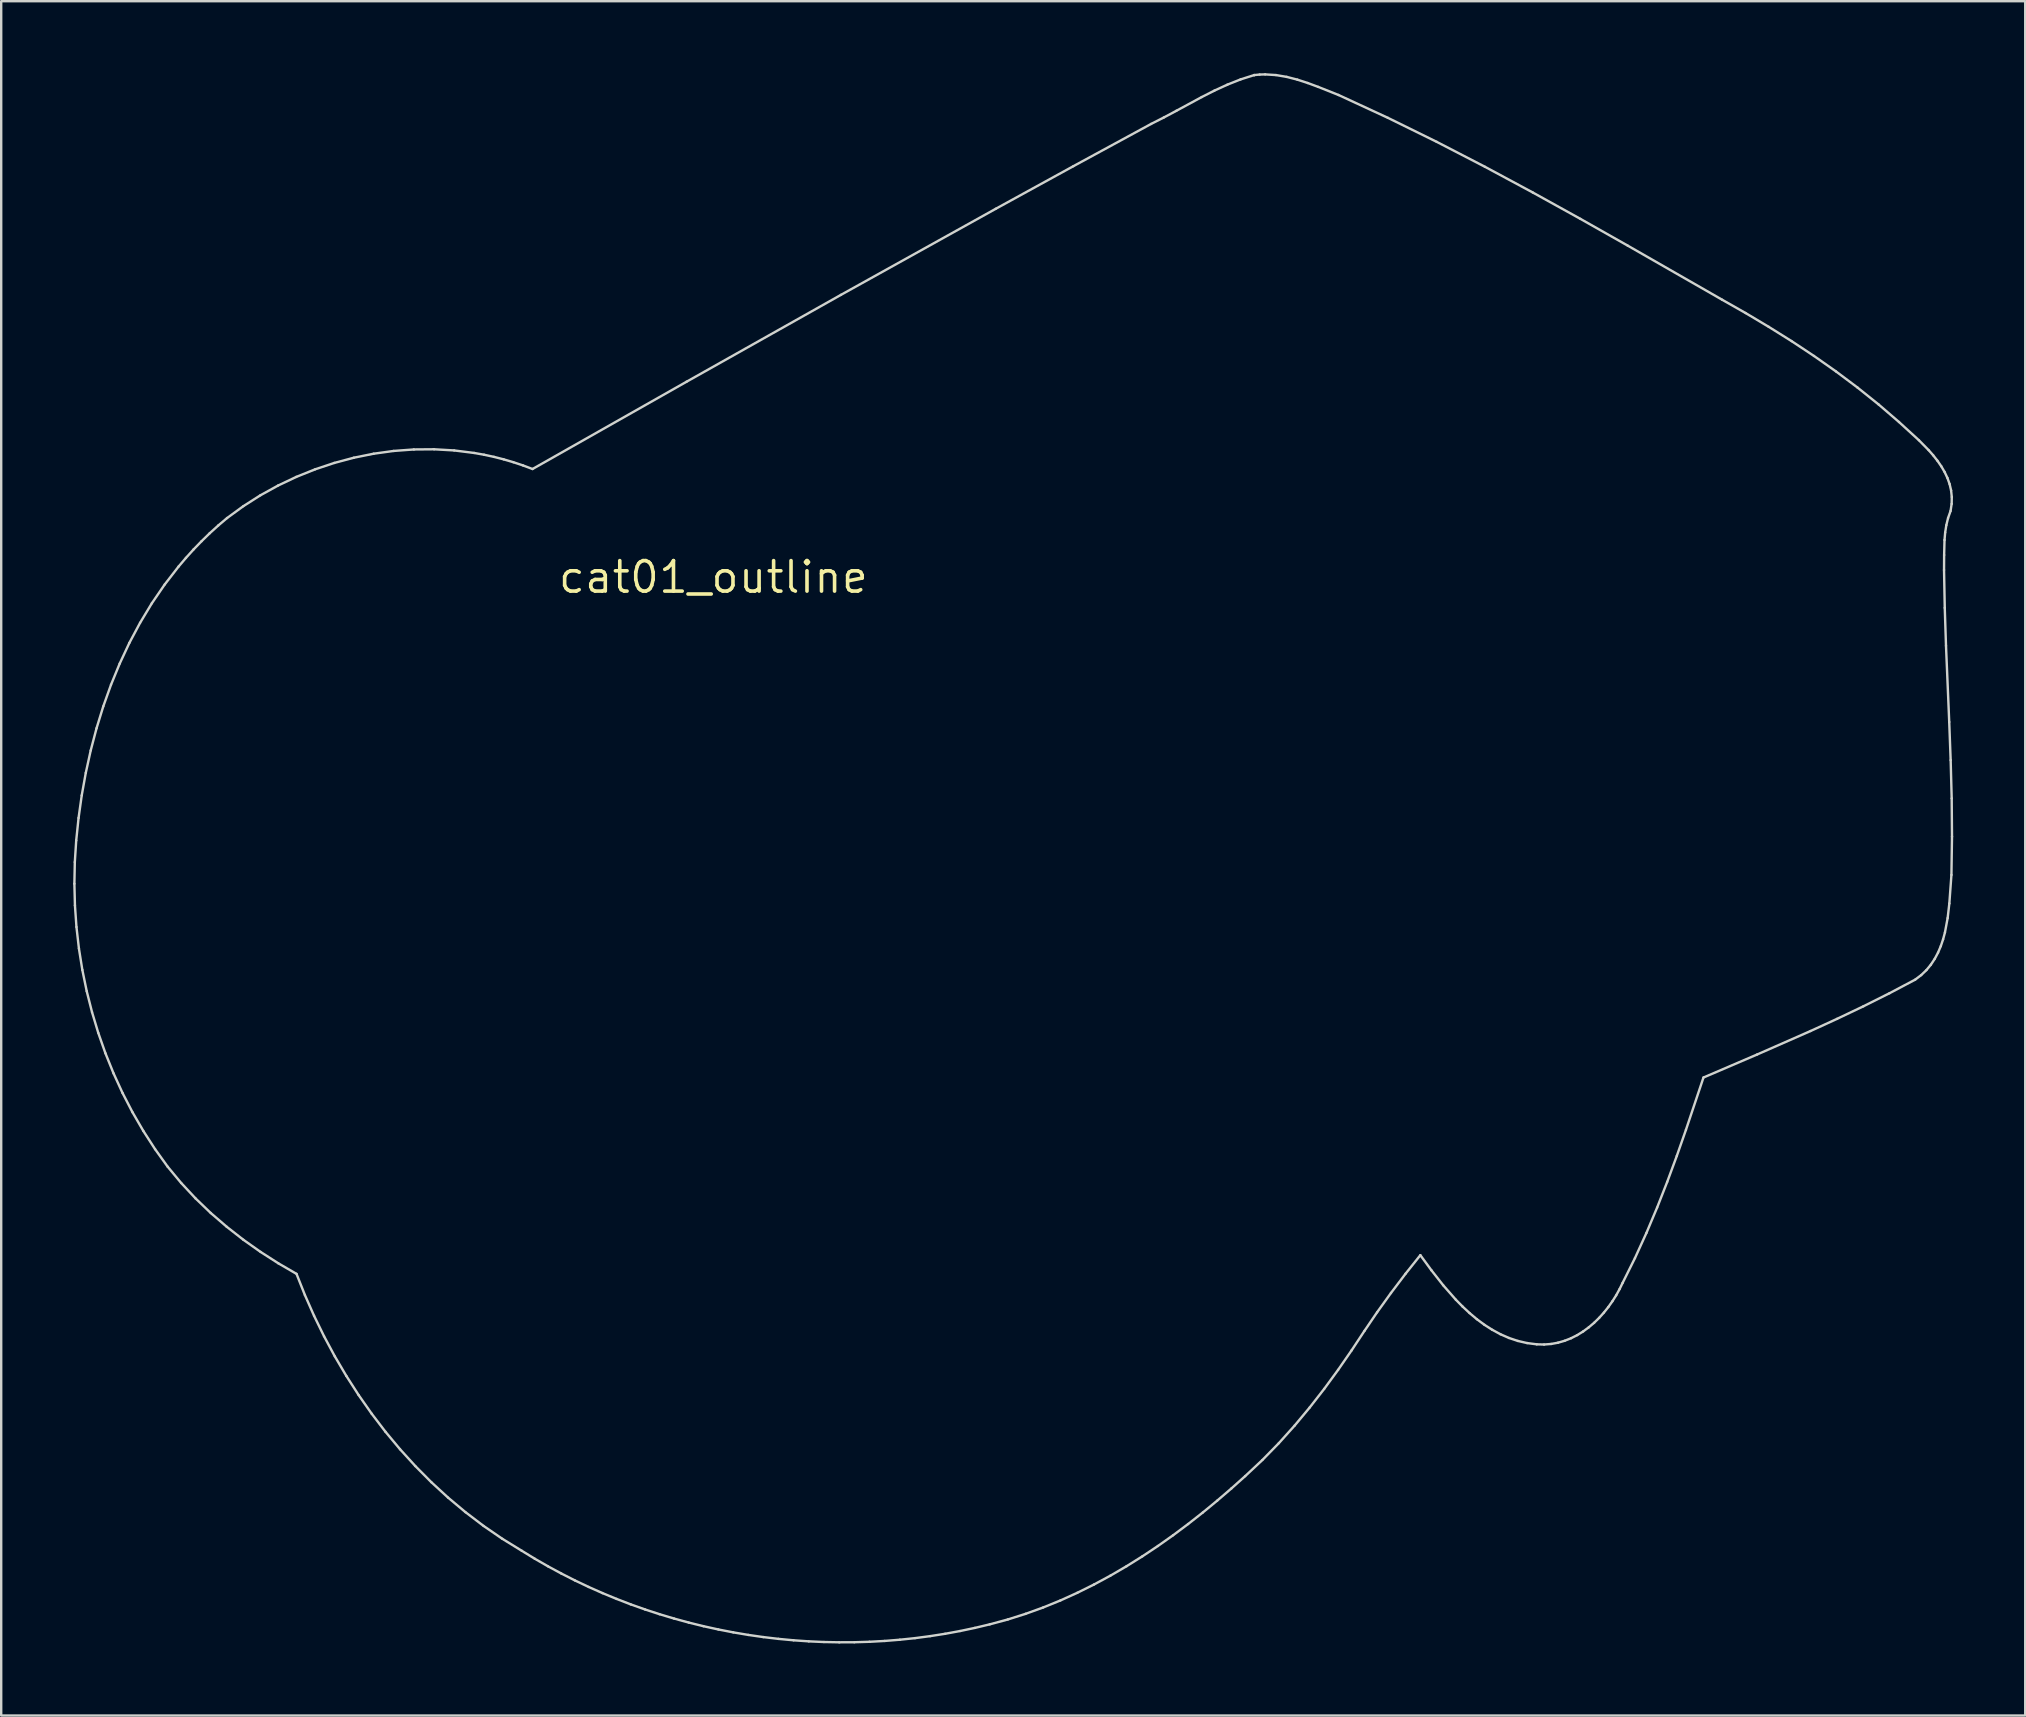
<source format=kicad_pcb>
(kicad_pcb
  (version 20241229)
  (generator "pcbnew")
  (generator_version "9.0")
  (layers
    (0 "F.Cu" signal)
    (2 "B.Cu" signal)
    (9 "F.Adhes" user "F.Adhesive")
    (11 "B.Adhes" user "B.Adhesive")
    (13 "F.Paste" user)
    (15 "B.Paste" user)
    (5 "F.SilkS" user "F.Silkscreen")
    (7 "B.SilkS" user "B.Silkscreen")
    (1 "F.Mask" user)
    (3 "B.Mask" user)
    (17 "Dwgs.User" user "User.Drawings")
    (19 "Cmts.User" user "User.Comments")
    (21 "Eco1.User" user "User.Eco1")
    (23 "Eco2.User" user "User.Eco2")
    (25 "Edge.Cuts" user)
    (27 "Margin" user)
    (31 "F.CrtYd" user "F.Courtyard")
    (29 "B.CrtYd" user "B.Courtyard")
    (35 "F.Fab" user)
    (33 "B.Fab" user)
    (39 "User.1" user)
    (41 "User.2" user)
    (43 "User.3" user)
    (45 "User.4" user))
  (footprint "cat01_outline"
    (layer "F.Cu")
    (at 26.679 21.003)
    (property "Reference" "cat01_outline" (at 0 0 0) (layer "F.SilkS") (effects (font (size 1.27 1.27) (thickness 0.15))))
    (attr through_hole)
    (fp_line (start -26.629 12.774) (end -26.606 13.677) (stroke (width 0.1) (type solid)) (layer "Edge.Cuts"))
    (fp_line (start -26.611 11.873) (end -26.629 12.774) (stroke (width 0.1) (type solid)) (layer "Edge.Cuts"))
    (fp_line (start -26.606 13.677) (end -26.543 14.577) (stroke (width 0.1) (type solid)) (layer "Edge.Cuts"))
    (fp_line (start -26.553 10.973) (end -26.611 11.873) (stroke (width 0.1) (type solid)) (layer "Edge.Cuts"))
    (fp_line (start -26.543 14.577) (end -26.44 15.475) (stroke (width 0.1) (type solid)) (layer "Edge.Cuts"))
    (fp_line (start -26.455 10.034) (end -26.553 10.973) (stroke (width 0.1) (type solid)) (layer "Edge.Cuts"))
    (fp_line (start -26.44 15.475) (end -26.298 16.366) (stroke (width 0.1) (type solid)) (layer "Edge.Cuts"))
    (fp_line (start -26.323 9.093) (end -26.455 10.034) (stroke (width 0.1) (type solid)) (layer "Edge.Cuts"))
    (fp_line (start -26.298 16.366) (end -26.116 17.251) (stroke (width 0.1) (type solid)) (layer "Edge.Cuts"))
    (fp_line (start -26.154 8.155) (end -26.323 9.093) (stroke (width 0.1) (type solid)) (layer "Edge.Cuts"))
    (fp_line (start -26.116 17.251) (end -25.894 18.126) (stroke (width 0.1) (type solid)) (layer "Edge.Cuts"))
    (fp_line (start -25.949 7.221) (end -26.154 8.155) (stroke (width 0.1) (type solid)) (layer "Edge.Cuts"))
    (fp_line (start -25.894 18.126) (end -25.634 18.99) (stroke (width 0.1) (type solid)) (layer "Edge.Cuts"))
    (fp_line (start -25.706 6.296) (end -25.949 7.221) (stroke (width 0.1) (type solid)) (layer "Edge.Cuts"))
    (fp_line (start -25.634 18.99) (end -25.335 19.841) (stroke (width 0.1) (type solid)) (layer "Edge.Cuts"))
    (fp_line (start -25.425 5.383) (end -25.706 6.296) (stroke (width 0.1) (type solid)) (layer "Edge.Cuts"))
    (fp_line (start -25.335 19.841) (end -24.997 20.678) (stroke (width 0.1) (type solid)) (layer "Edge.Cuts"))
    (fp_line (start -25.103 4.483) (end -25.425 5.383) (stroke (width 0.1) (type solid)) (layer "Edge.Cuts"))
    (fp_line (start -24.997 20.678) (end -24.621 21.498) (stroke (width 0.1) (type solid)) (layer "Edge.Cuts"))
    (fp_line (start -24.741 3.601) (end -25.103 4.483) (stroke (width 0.1) (type solid)) (layer "Edge.Cuts"))
    (fp_line (start -24.621 21.498) (end -24.207 22.299) (stroke (width 0.1) (type solid)) (layer "Edge.Cuts"))
    (fp_line (start -24.338 2.739) (end -24.741 3.601) (stroke (width 0.1) (type solid)) (layer "Edge.Cuts"))
    (fp_line (start -24.207 22.299) (end -23.755 23.079) (stroke (width 0.1) (type solid)) (layer "Edge.Cuts"))
    (fp_line (start -23.891 1.901) (end -24.338 2.739) (stroke (width 0.1) (type solid)) (layer "Edge.Cuts"))
    (fp_line (start -23.755 23.079) (end -23.266 23.837) (stroke (width 0.1) (type solid)) (layer "Edge.Cuts"))
    (fp_line (start -23.402 1.089) (end -23.891 1.901) (stroke (width 0.1) (type solid)) (layer "Edge.Cuts"))
    (fp_line (start -23.266 23.837) (end -22.739 24.571) (stroke (width 0.1) (type solid)) (layer "Edge.Cuts"))
    (fp_line (start -22.867 0.307) (end -23.402 1.089) (stroke (width 0.1) (type solid)) (layer "Edge.Cuts"))
    (fp_line (start -22.739 24.571) (end -22.178 25.247) (stroke (width 0.1) (type solid)) (layer "Edge.Cuts"))
    (fp_line (start -22.287 -0.443) (end -22.867 0.307) (stroke (width 0.1) (type solid)) (layer "Edge.Cuts"))
    (fp_line (start -22.178 25.247) (end -21.579 25.889) (stroke (width 0.1) (type solid)) (layer "Edge.Cuts"))
    (fp_line (start -21.98 -0.804) (end -22.287 -0.443) (stroke (width 0.1) (type solid)) (layer "Edge.Cuts"))
    (fp_line (start -21.661 -1.157) (end -21.98 -0.804) (stroke (width 0.1) (type solid)) (layer "Edge.Cuts"))
    (fp_line (start -21.579 25.889) (end -20.946 26.497) (stroke (width 0.1) (type solid)) (layer "Edge.Cuts"))
    (fp_line (start -21.33 -1.499) (end -21.661 -1.157) (stroke (width 0.1) (type solid)) (layer "Edge.Cuts"))
    (fp_line (start -20.988 -1.832) (end -21.33 -1.499) (stroke (width 0.1) (type solid)) (layer "Edge.Cuts"))
    (fp_line (start -20.946 26.497) (end -20.281 27.07) (stroke (width 0.1) (type solid)) (layer "Edge.Cuts"))
    (fp_line (start -20.633 -2.154) (end -20.988 -1.832) (stroke (width 0.1) (type solid)) (layer "Edge.Cuts"))
    (fp_line (start -20.281 27.07) (end -19.589 27.611) (stroke (width 0.1) (type solid)) (layer "Edge.Cuts"))
    (fp_line (start -20.266 -2.465) (end -20.633 -2.154) (stroke (width 0.1) (type solid)) (layer "Edge.Cuts"))
    (fp_line (start -19.589 27.611) (end -18.871 28.118) (stroke (width 0.1) (type solid)) (layer "Edge.Cuts"))
    (fp_line (start -19.589 -2.959) (end -20.266 -2.465) (stroke (width 0.1) (type solid)) (layer "Edge.Cuts"))
    (fp_line (start -18.88 -3.411) (end -19.589 -2.959) (stroke (width 0.1) (type solid)) (layer "Edge.Cuts"))
    (fp_line (start -18.871 28.118) (end -18.132 28.592) (stroke (width 0.1) (type solid)) (layer "Edge.Cuts"))
    (fp_line (start -18.143 -3.818) (end -18.88 -3.411) (stroke (width 0.1) (type solid)) (layer "Edge.Cuts"))
    (fp_line (start -18.132 28.592) (end -17.373 29.033) (stroke (width 0.1) (type solid)) (layer "Edge.Cuts"))
    (fp_line (start -17.382 -4.179) (end -18.143 -3.818) (stroke (width 0.1) (type solid)) (layer "Edge.Cuts"))
    (fp_line (start -17.373 29.033) (end -17.024 29.913) (stroke (width 0.1) (type solid)) (layer "Edge.Cuts"))
    (fp_line (start -17.024 29.913) (end -16.641 30.78) (stroke (width 0.1) (type solid)) (layer "Edge.Cuts"))
    (fp_line (start -16.641 30.78) (end -16.225 31.633) (stroke (width 0.1) (type solid)) (layer "Edge.Cuts"))
    (fp_line (start -16.599 -4.494) (end -17.382 -4.179) (stroke (width 0.1) (type solid)) (layer "Edge.Cuts"))
    (fp_line (start -16.225 31.633) (end -15.777 32.469) (stroke (width 0.1) (type solid)) (layer "Edge.Cuts"))
    (fp_line (start -15.798 -4.761) (end -16.599 -4.494) (stroke (width 0.1) (type solid)) (layer "Edge.Cuts"))
    (fp_line (start -15.777 32.469) (end -15.296 33.287) (stroke (width 0.1) (type solid)) (layer "Edge.Cuts"))
    (fp_line (start -15.296 33.287) (end -14.783 34.085) (stroke (width 0.1) (type solid)) (layer "Edge.Cuts"))
    (fp_line (start -14.983 -4.979) (end -15.798 -4.761) (stroke (width 0.1) (type solid)) (layer "Edge.Cuts"))
    (fp_line (start -14.783 34.085) (end -14.239 34.862) (stroke (width 0.1) (type solid)) (layer "Edge.Cuts"))
    (fp_line (start -14.239 34.862) (end -13.664 35.615) (stroke (width 0.1) (type solid)) (layer "Edge.Cuts"))
    (fp_line (start -14.156 -5.146) (end -14.983 -4.979) (stroke (width 0.1) (type solid)) (layer "Edge.Cuts"))
    (fp_line (start -13.664 35.615) (end -13.058 36.342) (stroke (width 0.1) (type solid)) (layer "Edge.Cuts"))
    (fp_line (start -13.321 -5.261) (end -14.156 -5.146) (stroke (width 0.1) (type solid)) (layer "Edge.Cuts"))
    (fp_line (start -13.058 36.342) (end -12.421 37.043) (stroke (width 0.1) (type solid)) (layer "Edge.Cuts"))
    (fp_line (start -12.482 -5.323) (end -13.321 -5.261) (stroke (width 0.1) (type solid)) (layer "Edge.Cuts"))
    (fp_line (start -12.421 37.043) (end -11.755 37.714) (stroke (width 0.1) (type solid)) (layer "Edge.Cuts"))
    (fp_line (start -11.755 37.714) (end -11.059 38.355) (stroke (width 0.1) (type solid)) (layer "Edge.Cuts"))
    (fp_line (start -11.641 -5.33) (end -12.482 -5.323) (stroke (width 0.1) (type solid)) (layer "Edge.Cuts"))
    (fp_line (start -11.059 38.355) (end -10.333 38.962) (stroke (width 0.1) (type solid)) (layer "Edge.Cuts"))
    (fp_line (start -10.803 -5.282) (end -11.641 -5.33) (stroke (width 0.1) (type solid)) (layer "Edge.Cuts"))
    (fp_line (start -10.333 38.962) (end -9.579 39.536) (stroke (width 0.1) (type solid)) (layer "Edge.Cuts"))
    (fp_line (start -9.97 -5.177) (end -10.803 -5.282) (stroke (width 0.1) (type solid)) (layer "Edge.Cuts"))
    (fp_line (start -9.579 39.536) (end -8.797 40.073) (stroke (width 0.1) (type solid)) (layer "Edge.Cuts"))
    (fp_line (start -9.556 -5.103) (end -9.97 -5.177) (stroke (width 0.1) (type solid)) (layer "Edge.Cuts"))
    (fp_line (start -9.145 -5.014) (end -9.556 -5.103) (stroke (width 0.1) (type solid)) (layer "Edge.Cuts"))
    (fp_line (start -8.797 40.073) (end -7.986 40.572) (stroke (width 0.1) (type solid)) (layer "Edge.Cuts"))
    (fp_line (start -8.738 -4.91) (end -9.145 -5.014) (stroke (width 0.1) (type solid)) (layer "Edge.Cuts"))
    (fp_line (start -8.334 -4.791) (end -8.738 -4.91) (stroke (width 0.1) (type solid)) (layer "Edge.Cuts"))
    (fp_line (start -7.986 40.572) (end -7.445 40.903) (stroke (width 0.1) (type solid)) (layer "Edge.Cuts"))
    (fp_line (start -7.933 -4.657) (end -8.334 -4.791) (stroke (width 0.1) (type solid)) (layer "Edge.Cuts"))
    (fp_line (start -7.537 -4.508) (end -7.933 -4.657) (stroke (width 0.1) (type solid)) (layer "Edge.Cuts"))
    (fp_line (start -7.445 40.903) (end -6.895 41.219) (stroke (width 0.1) (type solid)) (layer "Edge.Cuts"))
    (fp_line (start -6.895 41.219) (end -6.338 41.52) (stroke (width 0.1) (type solid)) (layer "Edge.Cuts"))
    (fp_line (start -6.338 41.52) (end -5.773 41.807) (stroke (width 0.1) (type solid)) (layer "Edge.Cuts"))
    (fp_line (start -5.773 41.807) (end -5.201 42.079) (stroke (width 0.1) (type solid)) (layer "Edge.Cuts"))
    (fp_line (start -5.201 42.079) (end -4.622 42.336) (stroke (width 0.1) (type solid)) (layer "Edge.Cuts"))
    (fp_line (start -4.622 42.336) (end -4.036 42.578) (stroke (width 0.1) (type solid)) (layer "Edge.Cuts"))
    (fp_line (start -4.036 42.578) (end -3.445 42.806) (stroke (width 0.1) (type solid)) (layer "Edge.Cuts"))
    (fp_line (start -3.445 42.806) (end -2.848 43.018) (stroke (width 0.1) (type solid)) (layer "Edge.Cuts"))
    (fp_line (start -2.848 43.018) (end -2.246 43.215) (stroke (width 0.1) (type solid)) (layer "Edge.Cuts"))
    (fp_line (start -2.246 43.215) (end -1.639 43.397) (stroke (width 0.1) (type solid)) (layer "Edge.Cuts"))
    (fp_line (start -1.639 43.397) (end -1.028 43.564) (stroke (width 0.1) (type solid)) (layer "Edge.Cuts"))
    (fp_line (start -1.117 -8.146) (end -7.537 -4.508) (stroke (width 0.1) (type solid)) (layer "Edge.Cuts"))
    (fp_line (start -1.028 43.564) (end -0.412 43.716) (stroke (width 0.1) (type solid)) (layer "Edge.Cuts"))
    (fp_line (start -0.412 43.716) (end 0.207 43.852) (stroke (width 0.1) (type solid)) (layer "Edge.Cuts"))
    (fp_line (start 0.207 43.852) (end 0.829 43.973) (stroke (width 0.1) (type solid)) (layer "Edge.Cuts"))
    (fp_line (start 0.829 43.973) (end 1.454 44.079) (stroke (width 0.1) (type solid)) (layer "Edge.Cuts"))
    (fp_line (start 1.454 44.079) (end 2.081 44.169) (stroke (width 0.1) (type solid)) (layer "Edge.Cuts"))
    (fp_line (start 2.081 44.169) (end 2.711 44.244) (stroke (width 0.1) (type solid)) (layer "Edge.Cuts"))
    (fp_line (start 2.711 44.244) (end 3.342 44.303) (stroke (width 0.1) (type solid)) (layer "Edge.Cuts"))
    (fp_line (start 3.342 44.303) (end 3.974 44.347) (stroke (width 0.1) (type solid)) (layer "Edge.Cuts"))
    (fp_line (start 3.974 44.347) (end 4.608 44.375) (stroke (width 0.1) (type solid)) (layer "Edge.Cuts"))
    (fp_line (start 4.608 44.375) (end 5.241 44.387) (stroke (width 0.1) (type solid)) (layer "Edge.Cuts"))
    (fp_line (start 5.241 44.387) (end 5.875 44.384) (stroke (width 0.1) (type solid)) (layer "Edge.Cuts"))
    (fp_line (start 5.315 -11.765) (end -1.117 -8.146) (stroke (width 0.1) (type solid)) (layer "Edge.Cuts"))
    (fp_line (start 5.875 44.384) (end 6.508 44.365) (stroke (width 0.1) (type solid)) (layer "Edge.Cuts"))
    (fp_line (start 6.508 44.365) (end 7.141 44.33) (stroke (width 0.1) (type solid)) (layer "Edge.Cuts"))
    (fp_line (start 7.141 44.33) (end 7.772 44.279) (stroke (width 0.1) (type solid)) (layer "Edge.Cuts"))
    (fp_line (start 7.772 44.279) (end 8.402 44.213) (stroke (width 0.1) (type solid)) (layer "Edge.Cuts"))
    (fp_line (start 8.402 44.213) (end 9.03 44.13) (stroke (width 0.1) (type solid)) (layer "Edge.Cuts"))
    (fp_line (start 9.03 44.13) (end 9.656 44.032) (stroke (width 0.1) (type solid)) (layer "Edge.Cuts"))
    (fp_line (start 9.656 44.032) (end 10.279 43.917) (stroke (width 0.1) (type solid)) (layer "Edge.Cuts"))
    (fp_line (start 10.279 43.917) (end 10.899 43.786) (stroke (width 0.1) (type solid)) (layer "Edge.Cuts"))
    (fp_line (start 10.899 43.786) (end 11.515 43.639) (stroke (width 0.1) (type solid)) (layer "Edge.Cuts"))
    (fp_line (start 11.515 43.639) (end 12.27 43.435) (stroke (width 0.1) (type solid)) (layer "Edge.Cuts"))
    (fp_line (start 11.765 -15.351) (end 5.315 -11.765) (stroke (width 0.1) (type solid)) (layer "Edge.Cuts"))
    (fp_line (start 12.27 43.435) (end 13.012 43.2) (stroke (width 0.1) (type solid)) (layer "Edge.Cuts"))
    (fp_line (start 13.012 43.2) (end 13.742 42.936) (stroke (width 0.1) (type solid)) (layer "Edge.Cuts"))
    (fp_line (start 13.742 42.936) (end 14.461 42.643) (stroke (width 0.1) (type solid)) (layer "Edge.Cuts"))
    (fp_line (start 14.461 42.643) (end 15.167 42.323) (stroke (width 0.1) (type solid)) (layer "Edge.Cuts"))
    (fp_line (start 15 -17.127) (end 11.765 -15.351) (stroke (width 0.1) (type solid)) (layer "Edge.Cuts"))
    (fp_line (start 15.167 42.323) (end 15.862 41.978) (stroke (width 0.1) (type solid)) (layer "Edge.Cuts"))
    (fp_line (start 15.862 41.978) (end 16.544 41.61) (stroke (width 0.1) (type solid)) (layer "Edge.Cuts"))
    (fp_line (start 16.544 41.61) (end 17.215 41.218) (stroke (width 0.1) (type solid)) (layer "Edge.Cuts"))
    (fp_line (start 17.215 41.218) (end 17.874 40.806) (stroke (width 0.1) (type solid)) (layer "Edge.Cuts"))
    (fp_line (start 17.874 40.806) (end 18.522 40.375) (stroke (width 0.1) (type solid)) (layer "Edge.Cuts"))
    (fp_line (start 18.242 -18.889) (end 15 -17.127) (stroke (width 0.1) (type solid)) (layer "Edge.Cuts"))
    (fp_line (start 18.522 40.375) (end 19.157 39.926) (stroke (width 0.1) (type solid)) (layer "Edge.Cuts"))
    (fp_line (start 18.771 -19.157) (end 18.242 -18.889) (stroke (width 0.1) (type solid)) (layer "Edge.Cuts"))
    (fp_line (start 19.157 39.926) (end 19.781 39.46) (stroke (width 0.1) (type solid)) (layer "Edge.Cuts"))
    (fp_line (start 19.297 -19.438) (end 18.771 -19.157) (stroke (width 0.1) (type solid)) (layer "Edge.Cuts"))
    (fp_line (start 19.781 39.46) (end 20.394 38.979) (stroke (width 0.1) (type solid)) (layer "Edge.Cuts"))
    (fp_line (start 20.348 -20.007) (end 19.297 -19.438) (stroke (width 0.1) (type solid)) (layer "Edge.Cuts"))
    (fp_line (start 20.394 38.979) (end 20.994 38.485) (stroke (width 0.1) (type solid)) (layer "Edge.Cuts"))
    (fp_line (start 20.879 -20.277) (end 20.348 -20.007) (stroke (width 0.1) (type solid)) (layer "Edge.Cuts"))
    (fp_line (start 20.994 38.485) (end 21.584 37.978) (stroke (width 0.1) (type solid)) (layer "Edge.Cuts"))
    (fp_line (start 21.419 -20.525) (end 20.879 -20.277) (stroke (width 0.1) (type solid)) (layer "Edge.Cuts"))
    (fp_line (start 21.584 37.978) (end 22.162 37.461) (stroke (width 0.1) (type solid)) (layer "Edge.Cuts"))
    (fp_line (start 21.97 -20.744) (end 21.419 -20.525) (stroke (width 0.1) (type solid)) (layer "Edge.Cuts"))
    (fp_line (start 22.162 37.461) (end 22.879 36.789) (stroke (width 0.1) (type solid)) (layer "Edge.Cuts"))
    (fp_line (start 22.535 -20.924) (end 21.97 -20.744) (stroke (width 0.1) (type solid)) (layer "Edge.Cuts"))
    (fp_line (start 22.535 -20.924) (end 22.535 -20.924) (stroke (width 0.1) (type solid)) (layer "Edge.Cuts"))
    (fp_line (start 22.535 -20.924) (end 22.535 -20.924) (stroke (width 0.1) (type solid)) (layer "Edge.Cuts"))
    (fp_line (start 22.764 -20.946) (end 22.535 -20.924) (stroke (width 0.1) (type solid)) (layer "Edge.Cuts"))
    (fp_line (start 22.879 36.789) (end 23.565 36.087) (stroke (width 0.1) (type solid)) (layer "Edge.Cuts"))
    (fp_line (start 22.992 -20.953) (end 22.764 -20.946) (stroke (width 0.1) (type solid)) (layer "Edge.Cuts"))
    (fp_line (start 23.444 -20.925) (end 22.992 -20.953) (stroke (width 0.1) (type solid)) (layer "Edge.Cuts"))
    (fp_line (start 23.565 36.087) (end 24.221 35.357) (stroke (width 0.1) (type solid)) (layer "Edge.Cuts"))
    (fp_line (start 23.891 -20.849) (end 23.444 -20.925) (stroke (width 0.1) (type solid)) (layer "Edge.Cuts"))
    (fp_line (start 24.221 35.357) (end 24.849 34.603) (stroke (width 0.1) (type solid)) (layer "Edge.Cuts"))
    (fp_line (start 24.334 -20.735) (end 23.891 -20.849) (stroke (width 0.1) (type solid)) (layer "Edge.Cuts"))
    (fp_line (start 24.771 -20.593) (end 24.334 -20.735) (stroke (width 0.1) (type solid)) (layer "Edge.Cuts"))
    (fp_line (start 24.849 34.603) (end 25.453 33.828) (stroke (width 0.1) (type solid)) (layer "Edge.Cuts"))
    (fp_line (start 25.203 -20.432) (end 24.771 -20.593) (stroke (width 0.1) (type solid)) (layer "Edge.Cuts"))
    (fp_line (start 25.453 33.828) (end 26.033 33.035) (stroke (width 0.1) (type solid)) (layer "Edge.Cuts"))
    (fp_line (start 26.033 33.035) (end 26.592 32.227) (stroke (width 0.1) (type solid)) (layer "Edge.Cuts"))
    (fp_line (start 26.05 -20.095) (end 25.203 -20.432) (stroke (width 0.1) (type solid)) (layer "Edge.Cuts"))
    (fp_line (start 26.592 32.227) (end 27.133 31.408) (stroke (width 0.1) (type solid)) (layer "Edge.Cuts"))
    (fp_line (start 27.133 31.408) (end 27.658 30.635) (stroke (width 0.1) (type solid)) (layer "Edge.Cuts"))
    (fp_line (start 27.658 30.635) (end 28.236 29.831) (stroke (width 0.1) (type solid)) (layer "Edge.Cuts"))
    (fp_line (start 28.107 -19.143) (end 26.05 -20.095) (stroke (width 0.1) (type solid)) (layer "Edge.Cuts"))
    (fp_line (start 28.236 29.831) (end 28.845 29.027) (stroke (width 0.1) (type solid)) (layer "Edge.Cuts"))
    (fp_line (start 28.845 29.027) (end 29.461 28.254) (stroke (width 0.1) (type solid)) (layer "Edge.Cuts"))
    (fp_line (start 29.461 28.254) (end 29.92 28.88) (stroke (width 0.1) (type solid)) (layer "Edge.Cuts"))
    (fp_line (start 29.92 28.88) (end 30.412 29.507) (stroke (width 0.1) (type solid)) (layer "Edge.Cuts"))
    (fp_line (start 30.14 -18.143) (end 28.107 -19.143) (stroke (width 0.1) (type solid)) (layer "Edge.Cuts"))
    (fp_line (start 30.412 29.507) (end 30.941 30.11) (stroke (width 0.1) (type solid)) (layer "Edge.Cuts"))
    (fp_line (start 30.941 30.11) (end 31.221 30.395) (stroke (width 0.1) (type solid)) (layer "Edge.Cuts"))
    (fp_line (start 31.221 30.395) (end 31.512 30.666) (stroke (width 0.1) (type solid)) (layer "Edge.Cuts"))
    (fp_line (start 31.512 30.666) (end 31.814 30.92) (stroke (width 0.1) (type solid)) (layer "Edge.Cuts"))
    (fp_line (start 31.814 30.92) (end 32.129 31.154) (stroke (width 0.1) (type solid)) (layer "Edge.Cuts"))
    (fp_line (start 32.129 31.154) (end 32.457 31.364) (stroke (width 0.1) (type solid)) (layer "Edge.Cuts"))
    (fp_line (start 32.152 -17.103) (end 30.14 -18.143) (stroke (width 0.1) (type solid)) (layer "Edge.Cuts"))
    (fp_line (start 32.457 31.364) (end 32.799 31.548) (stroke (width 0.1) (type solid)) (layer "Edge.Cuts"))
    (fp_line (start 32.799 31.548) (end 33.154 31.704) (stroke (width 0.1) (type solid)) (layer "Edge.Cuts"))
    (fp_line (start 33.154 31.704) (end 33.525 31.828) (stroke (width 0.1) (type solid)) (layer "Edge.Cuts"))
    (fp_line (start 33.525 31.828) (end 33.911 31.917) (stroke (width 0.1) (type solid)) (layer "Edge.Cuts"))
    (fp_line (start 33.911 31.917) (end 34.312 31.969) (stroke (width 0.1) (type solid)) (layer "Edge.Cuts"))
    (fp_line (start 34.148 -16.03) (end 32.152 -17.103) (stroke (width 0.1) (type solid)) (layer "Edge.Cuts"))
    (fp_line (start 34.312 31.969) (end 34.617 31.977) (stroke (width 0.1) (type solid)) (layer "Edge.Cuts"))
    (fp_line (start 34.617 31.977) (end 34.912 31.954) (stroke (width 0.1) (type solid)) (layer "Edge.Cuts"))
    (fp_line (start 34.912 31.954) (end 35.199 31.901) (stroke (width 0.1) (type solid)) (layer "Edge.Cuts"))
    (fp_line (start 35.199 31.901) (end 35.476 31.821) (stroke (width 0.1) (type solid)) (layer "Edge.Cuts"))
    (fp_line (start 35.476 31.821) (end 35.743 31.715) (stroke (width 0.1) (type solid)) (layer "Edge.Cuts"))
    (fp_line (start 35.743 31.715) (end 36 31.585) (stroke (width 0.1) (type solid)) (layer "Edge.Cuts"))
    (fp_line (start 36 31.585) (end 36.245 31.433) (stroke (width 0.1) (type solid)) (layer "Edge.Cuts"))
    (fp_line (start 36.131 -14.932) (end 34.148 -16.03) (stroke (width 0.1) (type solid)) (layer "Edge.Cuts"))
    (fp_line (start 36.245 31.433) (end 36.48 31.261) (stroke (width 0.1) (type solid)) (layer "Edge.Cuts"))
    (fp_line (start 36.48 31.261) (end 36.703 31.072) (stroke (width 0.1) (type solid)) (layer "Edge.Cuts"))
    (fp_line (start 36.703 31.072) (end 36.913 30.866) (stroke (width 0.1) (type solid)) (layer "Edge.Cuts"))
    (fp_line (start 36.913 30.866) (end 37.111 30.646) (stroke (width 0.1) (type solid)) (layer "Edge.Cuts"))
    (fp_line (start 37.111 30.646) (end 37.295 30.415) (stroke (width 0.1) (type solid)) (layer "Edge.Cuts"))
    (fp_line (start 37.295 30.415) (end 37.466 30.173) (stroke (width 0.1) (type solid)) (layer "Edge.Cuts"))
    (fp_line (start 37.466 30.173) (end 37.623 29.924) (stroke (width 0.1) (type solid)) (layer "Edge.Cuts"))
    (fp_line (start 37.623 29.924) (end 37.764 29.668) (stroke (width 0.1) (type solid)) (layer "Edge.Cuts"))
    (fp_line (start 37.764 29.668) (end 37.891 29.408) (stroke (width 0.1) (type solid)) (layer "Edge.Cuts"))
    (fp_line (start 37.891 29.408) (end 38.404 28.377) (stroke (width 0.1) (type solid)) (layer "Edge.Cuts"))
    (fp_line (start 38.104 -13.816) (end 36.131 -14.932) (stroke (width 0.1) (type solid)) (layer "Edge.Cuts"))
    (fp_line (start 38.404 28.377) (end 38.881 27.331) (stroke (width 0.1) (type solid)) (layer "Edge.Cuts"))
    (fp_line (start 38.881 27.331) (end 39.328 26.27) (stroke (width 0.1) (type solid)) (layer "Edge.Cuts"))
    (fp_line (start 39.328 26.27) (end 39.749 25.199) (stroke (width 0.1) (type solid)) (layer "Edge.Cuts"))
    (fp_line (start 39.749 25.199) (end 40.148 24.119) (stroke (width 0.1) (type solid)) (layer "Edge.Cuts"))
    (fp_line (start 40.148 24.119) (end 40.529 23.032) (stroke (width 0.1) (type solid)) (layer "Edge.Cuts"))
    (fp_line (start 40.529 23.032) (end 41.26 20.85) (stroke (width 0.1) (type solid)) (layer "Edge.Cuts"))
    (fp_line (start 41.26 20.85) (end 43.494 19.892) (stroke (width 0.1) (type solid)) (layer "Edge.Cuts"))
    (fp_line (start 42.036 -11.563) (end 38.104 -13.816) (stroke (width 0.1) (type solid)) (layer "Edge.Cuts"))
    (fp_line (start 43.013 -11.009) (end 42.036 -11.563) (stroke (width 0.1) (type solid)) (layer "Edge.Cuts"))
    (fp_line (start 43.494 19.892) (end 45.721 18.913) (stroke (width 0.1) (type solid)) (layer "Edge.Cuts"))
    (fp_line (start 43.977 -10.434) (end 43.013 -11.009) (stroke (width 0.1) (type solid)) (layer "Edge.Cuts"))
    (fp_line (start 44.929 -9.839) (end 43.977 -10.434) (stroke (width 0.1) (type solid)) (layer "Edge.Cuts"))
    (fp_line (start 45.721 18.913) (end 46.826 18.406) (stroke (width 0.1) (type solid)) (layer "Edge.Cuts"))
    (fp_line (start 45.865 -9.219) (end 44.929 -9.839) (stroke (width 0.1) (type solid)) (layer "Edge.Cuts"))
    (fp_line (start 46.782 -8.574) (end 45.865 -9.219) (stroke (width 0.1) (type solid)) (layer "Edge.Cuts"))
    (fp_line (start 46.826 18.406) (end 47.923 17.883) (stroke (width 0.1) (type solid)) (layer "Edge.Cuts"))
    (fp_line (start 47.68 -7.902) (end 46.782 -8.574) (stroke (width 0.1) (type solid)) (layer "Edge.Cuts"))
    (fp_line (start 47.923 17.883) (end 49.01 17.339) (stroke (width 0.1) (type solid)) (layer "Edge.Cuts"))
    (fp_line (start 48.556 -7.2) (end 47.68 -7.902) (stroke (width 0.1) (type solid)) (layer "Edge.Cuts"))
    (fp_line (start 49.01 17.339) (end 50.084 16.771) (stroke (width 0.1) (type solid)) (layer "Edge.Cuts"))
    (fp_line (start 49.408 -6.466) (end 48.556 -7.2) (stroke (width 0.1) (type solid)) (layer "Edge.Cuts"))
    (fp_line (start 50.084 16.771) (end 50.332 16.583) (stroke (width 0.1) (type solid)) (layer "Edge.Cuts"))
    (fp_line (start 50.237 -5.708) (end 49.408 -6.466) (stroke (width 0.1) (type solid)) (layer "Edge.Cuts"))
    (fp_line (start 50.332 16.583) (end 50.549 16.375) (stroke (width 0.1) (type solid)) (layer "Edge.Cuts"))
    (fp_line (start 50.549 16.375) (end 50.737 16.148) (stroke (width 0.1) (type solid)) (layer "Edge.Cuts"))
    (fp_line (start 50.643 -5.295) (end 50.237 -5.708) (stroke (width 0.1) (type solid)) (layer "Edge.Cuts"))
    (fp_line (start 50.737 16.148) (end 50.898 15.904) (stroke (width 0.1) (type solid)) (layer "Edge.Cuts"))
    (fp_line (start 50.832 -5.079) (end 50.643 -5.295) (stroke (width 0.1) (type solid)) (layer "Edge.Cuts"))
    (fp_line (start 50.898 15.904) (end 51.035 15.646) (stroke (width 0.1) (type solid)) (layer "Edge.Cuts"))
    (fp_line (start 51.008 -4.855) (end 50.832 -5.079) (stroke (width 0.1) (type solid)) (layer "Edge.Cuts"))
    (fp_line (start 51.035 15.646) (end 51.15 15.376) (stroke (width 0.1) (type solid)) (layer "Edge.Cuts"))
    (fp_line (start 51.15 15.376) (end 51.245 15.094) (stroke (width 0.1) (type solid)) (layer "Edge.Cuts"))
    (fp_line (start 51.168 -4.624) (end 51.008 -4.855) (stroke (width 0.1) (type solid)) (layer "Edge.Cuts"))
    (fp_line (start 51.245 15.094) (end 51.323 14.804) (stroke (width 0.1) (type solid)) (layer "Edge.Cuts"))
    (fp_line (start 51.285 -0.299) (end 51.289 -0.924) (stroke (width 0.1) (type solid)) (layer "Edge.Cuts"))
    (fp_line (start 51.289 -0.924) (end 51.305 -1.55) (stroke (width 0.1) (type solid)) (layer "Edge.Cuts"))
    (fp_line (start 51.305 -1.55) (end 51.332 -1.86) (stroke (width 0.1) (type solid)) (layer "Edge.Cuts"))
    (fp_line (start 51.308 -4.385) (end 51.168 -4.624) (stroke (width 0.1) (type solid)) (layer "Edge.Cuts"))
    (fp_line (start 51.315 1.278) (end 51.285 -0.299) (stroke (width 0.1) (type solid)) (layer "Edge.Cuts"))
    (fp_line (start 51.323 14.804) (end 51.435 14.206) (stroke (width 0.1) (type solid)) (layer "Edge.Cuts"))
    (fp_line (start 51.332 -1.86) (end 51.38 -2.166) (stroke (width 0.1) (type solid)) (layer "Edge.Cuts"))
    (fp_line (start 51.367 2.86) (end 51.315 1.278) (stroke (width 0.1) (type solid)) (layer "Edge.Cuts"))
    (fp_line (start 51.38 -2.166) (end 51.453 -2.466) (stroke (width 0.1) (type solid)) (layer "Edge.Cuts"))
    (fp_line (start 51.425 -4.137) (end 51.308 -4.385) (stroke (width 0.1) (type solid)) (layer "Edge.Cuts"))
    (fp_line (start 51.435 14.206) (end 51.506 13.597) (stroke (width 0.1) (type solid)) (layer "Edge.Cuts"))
    (fp_line (start 51.453 -2.466) (end 51.557 -2.759) (stroke (width 0.1) (type solid)) (layer "Edge.Cuts"))
    (fp_line (start 51.501 6.034) (end 51.367 2.86) (stroke (width 0.1) (type solid)) (layer "Edge.Cuts"))
    (fp_line (start 51.506 13.597) (end 51.593 12.407) (stroke (width 0.1) (type solid)) (layer "Edge.Cuts"))
    (fp_line (start 51.517 -3.881) (end 51.425 -4.137) (stroke (width 0.1) (type solid)) (layer "Edge.Cuts"))
    (fp_line (start 51.557 -2.759) (end 51.602 -3.055) (stroke (width 0.1) (type solid)) (layer "Edge.Cuts"))
    (fp_line (start 51.561 7.625) (end 51.501 6.034) (stroke (width 0.1) (type solid)) (layer "Edge.Cuts"))
    (fp_line (start 51.579 -3.615) (end 51.517 -3.881) (stroke (width 0.1) (type solid)) (layer "Edge.Cuts"))
    (fp_line (start 51.593 12.407) (end 51.617 10.812) (stroke (width 0.1) (type solid)) (layer "Edge.Cuts"))
    (fp_line (start 51.602 -3.055) (end 51.608 -3.34) (stroke (width 0.1) (type solid)) (layer "Edge.Cuts"))
    (fp_line (start 51.604 9.218) (end 51.561 7.625) (stroke (width 0.1) (type solid)) (layer "Edge.Cuts"))
    (fp_line (start 51.608 -3.34) (end 51.579 -3.615) (stroke (width 0.1) (type solid)) (layer "Edge.Cuts"))
    (fp_line (start 51.617 10.812) (end 51.604 9.218) (stroke (width 0.1) (type solid)) (layer "Edge.Cuts")))
  (gr_rect
    (start -3 -3)
    (end 81.347 68.441)
    (stroke (width 0.1) (type default))
    (fill no)
    (layer "Edge.Cuts")))
</source>
